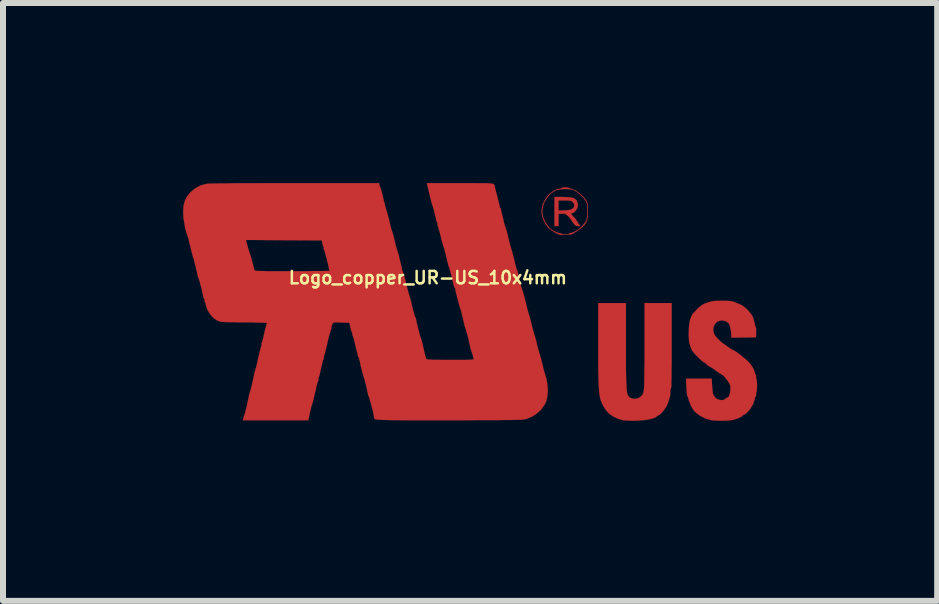
<source format=kicad_pcb>
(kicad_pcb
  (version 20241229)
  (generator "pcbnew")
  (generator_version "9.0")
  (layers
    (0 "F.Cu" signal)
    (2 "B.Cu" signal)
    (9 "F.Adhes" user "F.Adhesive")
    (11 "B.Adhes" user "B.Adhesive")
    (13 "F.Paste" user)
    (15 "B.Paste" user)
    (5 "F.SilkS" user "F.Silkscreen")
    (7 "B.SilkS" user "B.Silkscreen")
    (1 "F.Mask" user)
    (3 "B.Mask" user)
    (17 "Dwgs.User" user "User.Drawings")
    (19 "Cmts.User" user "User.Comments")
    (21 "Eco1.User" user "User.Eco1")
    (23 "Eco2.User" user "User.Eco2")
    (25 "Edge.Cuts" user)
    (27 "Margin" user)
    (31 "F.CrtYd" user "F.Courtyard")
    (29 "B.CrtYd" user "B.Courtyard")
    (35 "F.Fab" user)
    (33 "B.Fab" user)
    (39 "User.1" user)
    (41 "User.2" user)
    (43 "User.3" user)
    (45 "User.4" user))
  (footprint "Logo_copper_UR-US_10x4mm"
    (layer "F.Cu")
    (at 4.779 1.977)
    (property "Reference" "Logo_copper_UR-US_10x4mm" (at -0.7 -0.4 0) (layer "F.SilkS") (effects (font (size 0.206 0.206) (thickness 0.041))))
    (attr exclude_from_pos_files exclude_from_bom)
    (fp_poly (pts (xy 1.836 -1.27) (xy 1.829 -1.26) (xy 1.806 -1.26) (xy 1.778 -1.262) (xy 1.753 -1.275) (xy 1.748 -1.28) (xy 1.727 -1.306) (xy 1.709 -1.333) (xy 1.692 -1.361) (xy 1.664 -1.397) (xy 1.646 -1.417) (xy 1.615 -1.445) (xy 1.593 -1.46) (xy 1.567 -1.466) (xy 1.539 -1.466) (xy 1.478 -1.466) (xy 1.478 -1.364) (xy 1.478 -1.26) (xy 1.443 -1.26) (xy 1.41 -1.26) (xy 1.41 -1.501) (xy 1.41 -1.745) (xy 1.549 -1.745) (xy 1.626 -1.742) (xy 1.684 -1.737) (xy 1.727 -1.727) (xy 1.758 -1.709) (xy 1.778 -1.687) (xy 1.783 -1.676) (xy 1.801 -1.621) (xy 1.796 -1.57) (xy 1.768 -1.521) (xy 1.742 -1.496) (xy 1.742 -1.598) (xy 1.735 -1.631) (xy 1.717 -1.656) (xy 1.702 -1.671) (xy 1.684 -1.679) (xy 1.661 -1.684) (xy 1.626 -1.687) (xy 1.582 -1.687) (xy 1.478 -1.687) (xy 1.478 -1.603) (xy 1.478 -1.519) (xy 1.57 -1.521) (xy 1.618 -1.524) (xy 1.659 -1.529) (xy 1.687 -1.537) (xy 1.689 -1.537) (xy 1.727 -1.565) (xy 1.742 -1.598) (xy 1.742 -1.496) (xy 1.74 -1.494) (xy 1.712 -1.476) (xy 1.704 -1.473) (xy 1.692 -1.471) (xy 1.689 -1.463) (xy 1.697 -1.448) (xy 1.722 -1.422) (xy 1.727 -1.417) (xy 1.758 -1.382) (xy 1.783 -1.344) (xy 1.796 -1.326) (xy 1.808 -1.298) (xy 1.824 -1.283) (xy 1.826 -1.283) (xy 1.836 -1.273) (xy 1.836 -1.27)) (stroke (width 0.003) (type solid)) (fill yes) (layer "F.Cu"))
    (fp_poly (pts (xy 3.363 0.732) (xy 3.363 0.897) (xy 3.363 1.039) (xy 3.36 1.158) (xy 3.36 1.257) (xy 3.358 1.333) (xy 3.358 1.392) (xy 3.355 1.43) (xy 3.35 1.448) (xy 3.35 1.45) (xy 3.343 1.466) (xy 3.34 1.494) (xy 3.34 1.506) (xy 3.34 1.539) (xy 3.338 1.567) (xy 3.338 1.572) (xy 3.33 1.59) (xy 3.32 1.626) (xy 3.31 1.664) (xy 3.277 1.745) (xy 3.223 1.821) (xy 3.18 1.867) (xy 3.157 1.885) (xy 3.139 1.895) (xy 3.124 1.902) (xy 3.114 1.913) (xy 3.099 1.925) (xy 3.066 1.938) (xy 3.023 1.953) (xy 3.015 1.953) (xy 2.957 1.966) (xy 2.883 1.976) (xy 2.799 1.981) (xy 2.713 1.984) (xy 2.634 1.981) (xy 2.568 1.976) (xy 2.56 1.976) (xy 2.494 1.958) (xy 2.428 1.933) (xy 2.365 1.897) (xy 2.316 1.862) (xy 2.273 1.814) (xy 2.23 1.75) (xy 2.197 1.684) (xy 2.177 1.631) (xy 2.169 1.595) (xy 2.162 1.554) (xy 2.156 1.506) (xy 2.151 1.448) (xy 2.146 1.379) (xy 2.144 1.298) (xy 2.141 1.204) (xy 2.139 1.092) (xy 2.139 0.963) (xy 2.139 0.813) (xy 2.139 0.665) (xy 2.139 0.023) (xy 2.37 0.023) (xy 2.601 0.023) (xy 2.601 0.701) (xy 2.601 0.864) (xy 2.601 1.006) (xy 2.601 1.128) (xy 2.603 1.232) (xy 2.606 1.318) (xy 2.609 1.387) (xy 2.611 1.445) (xy 2.616 1.488) (xy 2.621 1.524) (xy 2.626 1.547) (xy 2.634 1.565) (xy 2.637 1.567) (xy 2.667 1.6) (xy 2.713 1.615) (xy 2.761 1.618) (xy 2.812 1.605) (xy 2.852 1.577) (xy 2.855 1.575) (xy 2.875 1.552) (xy 2.888 1.524) (xy 2.898 1.483) (xy 2.901 1.46) (xy 2.903 1.435) (xy 2.906 1.387) (xy 2.906 1.321) (xy 2.908 1.24) (xy 2.908 1.146) (xy 2.911 1.039) (xy 2.911 0.922) (xy 2.911 0.8) (xy 2.911 0.701) (xy 2.911 0.023) (xy 3.137 0.023) (xy 3.363 0.023) (xy 3.363 0.732)) (stroke (width 0.003) (type solid)) (fill yes) (layer "F.Cu"))
    (fp_poly (pts (xy 1.968 -1.511) (xy 1.966 -1.435) (xy 1.958 -1.372) (xy 1.958 -1.499) (xy 1.958 -1.506) (xy 1.956 -1.565) (xy 1.956 -1.605) (xy 1.951 -1.633) (xy 1.943 -1.656) (xy 1.93 -1.681) (xy 1.925 -1.687) (xy 1.892 -1.732) (xy 1.844 -1.781) (xy 1.791 -1.824) (xy 1.74 -1.854) (xy 1.732 -1.859) (xy 1.687 -1.872) (xy 1.626 -1.877) (xy 1.56 -1.877) (xy 1.494 -1.869) (xy 1.44 -1.857) (xy 1.427 -1.852) (xy 1.354 -1.806) (xy 1.293 -1.742) (xy 1.245 -1.664) (xy 1.214 -1.575) (xy 1.206 -1.496) (xy 1.219 -1.415) (xy 1.252 -1.333) (xy 1.303 -1.26) (xy 1.321 -1.237) (xy 1.356 -1.206) (xy 1.402 -1.176) (xy 1.448 -1.156) (xy 1.486 -1.143) (xy 1.494 -1.143) (xy 1.519 -1.138) (xy 1.532 -1.13) (xy 1.544 -1.125) (xy 1.575 -1.12) (xy 1.587 -1.12) (xy 1.621 -1.123) (xy 1.643 -1.128) (xy 1.646 -1.13) (xy 1.661 -1.14) (xy 1.679 -1.143) (xy 1.717 -1.153) (xy 1.763 -1.176) (xy 1.814 -1.209) (xy 1.862 -1.25) (xy 1.902 -1.295) (xy 1.925 -1.328) (xy 1.941 -1.354) (xy 1.948 -1.377) (xy 1.953 -1.405) (xy 1.956 -1.445) (xy 1.958 -1.499) (xy 1.958 -1.372) (xy 1.938 -1.321) (xy 1.908 -1.275) (xy 1.862 -1.232) (xy 1.798 -1.186) (xy 1.783 -1.173) (xy 1.74 -1.148) (xy 1.709 -1.13) (xy 1.679 -1.12) (xy 1.641 -1.118) (xy 1.615 -1.115) (xy 1.57 -1.113) (xy 1.529 -1.113) (xy 1.504 -1.115) (xy 1.501 -1.115) (xy 1.463 -1.13) (xy 1.412 -1.156) (xy 1.361 -1.189) (xy 1.318 -1.224) (xy 1.3 -1.24) (xy 1.26 -1.298) (xy 1.224 -1.367) (xy 1.201 -1.443) (xy 1.196 -1.468) (xy 1.196 -1.542) (xy 1.214 -1.621) (xy 1.25 -1.697) (xy 1.298 -1.765) (xy 1.318 -1.788) (xy 1.364 -1.824) (xy 1.412 -1.854) (xy 1.46 -1.875) (xy 1.499 -1.882) (xy 1.521 -1.887) (xy 1.532 -1.895) (xy 1.547 -1.902) (xy 1.577 -1.905) (xy 1.61 -1.905) (xy 1.641 -1.9) (xy 1.648 -1.895) (xy 1.674 -1.887) (xy 1.707 -1.875) (xy 1.714 -1.872) (xy 1.755 -1.857) (xy 1.801 -1.826) (xy 1.849 -1.788) (xy 1.895 -1.745) (xy 1.93 -1.704) (xy 1.943 -1.681) (xy 1.956 -1.656) (xy 1.963 -1.628) (xy 1.966 -1.59) (xy 1.968 -1.539) (xy 1.968 -1.511)) (stroke (width 0.003) (type solid)) (fill yes) (layer "F.Cu"))
    (fp_poly (pts (xy 4.785 1.417) (xy 4.783 1.458) (xy 4.78 1.491) (xy 4.775 1.506) (xy 4.77 1.521) (xy 4.77 1.539) (xy 4.77 1.565) (xy 4.763 1.577) (xy 4.752 1.593) (xy 4.75 1.605) (xy 4.747 1.628) (xy 4.735 1.661) (xy 4.724 1.694) (xy 4.707 1.73) (xy 4.681 1.77) (xy 4.651 1.811) (xy 4.618 1.847) (xy 4.592 1.872) (xy 4.572 1.882) (xy 4.569 1.882) (xy 4.552 1.892) (xy 4.544 1.9) (xy 4.531 1.913) (xy 4.501 1.928) (xy 4.46 1.946) (xy 4.455 1.948) (xy 4.415 1.961) (xy 4.379 1.971) (xy 4.336 1.976) (xy 4.282 1.981) (xy 4.229 1.981) (xy 4.168 1.984) (xy 4.112 1.981) (xy 4.064 1.979) (xy 4.034 1.976) (xy 3.929 1.948) (xy 3.838 1.902) (xy 3.762 1.844) (xy 3.729 1.808) (xy 3.706 1.773) (xy 3.683 1.73) (xy 3.663 1.681) (xy 3.647 1.638) (xy 3.64 1.608) (xy 3.635 1.587) (xy 3.627 1.58) (xy 3.622 1.567) (xy 3.617 1.534) (xy 3.612 1.481) (xy 3.609 1.43) (xy 3.602 1.283) (xy 3.815 1.283) (xy 4.031 1.283) (xy 4.036 1.402) (xy 4.041 1.455) (xy 4.046 1.501) (xy 4.051 1.537) (xy 4.056 1.549) (xy 4.077 1.58) (xy 4.097 1.605) (xy 4.117 1.621) (xy 4.128 1.623) (xy 4.14 1.626) (xy 4.143 1.628) (xy 4.158 1.636) (xy 4.183 1.641) (xy 4.211 1.638) (xy 4.234 1.636) (xy 4.242 1.628) (xy 4.252 1.618) (xy 4.27 1.61) (xy 4.298 1.595) (xy 4.318 1.575) (xy 4.331 1.537) (xy 4.341 1.488) (xy 4.343 1.438) (xy 4.338 1.392) (xy 4.336 1.387) (xy 4.323 1.361) (xy 4.303 1.328) (xy 4.277 1.293) (xy 4.252 1.26) (xy 4.229 1.237) (xy 4.216 1.224) (xy 4.204 1.219) (xy 4.176 1.201) (xy 4.14 1.176) (xy 4.117 1.161) (xy 4.074 1.13) (xy 4.031 1.102) (xy 4 1.082) (xy 3.99 1.077) (xy 3.96 1.059) (xy 3.942 1.039) (xy 3.94 1.039) (xy 3.924 1.021) (xy 3.912 1.016) (xy 3.896 1.008) (xy 3.868 0.988) (xy 3.833 0.955) (xy 3.797 0.919) (xy 3.754 0.876) (xy 3.724 0.841) (xy 3.703 0.813) (xy 3.688 0.78) (xy 3.675 0.744) (xy 3.663 0.704) (xy 3.653 0.663) (xy 3.65 0.617) (xy 3.647 0.559) (xy 3.647 0.526) (xy 3.65 0.434) (xy 3.658 0.361) (xy 3.67 0.3) (xy 3.693 0.241) (xy 3.698 0.229) (xy 3.719 0.198) (xy 3.754 0.16) (xy 3.792 0.119) (xy 3.835 0.081) (xy 3.873 0.053) (xy 3.901 0.038) (xy 3.934 0.025) (xy 3.957 0.015) (xy 3.983 0.008) (xy 3.993 0.005) (xy 4.013 0) (xy 4.028 -0.005) (xy 4.049 -0.01) (xy 4.089 -0.013) (xy 4.14 -0.015) (xy 4.196 -0.015) (xy 4.255 -0.015) (xy 4.305 -0.013) (xy 4.348 -0.01) (xy 4.371 -0.005) (xy 4.374 -0.005) (xy 4.394 0) (xy 4.404 0.005) (xy 4.425 0.013) (xy 4.46 0.028) (xy 4.498 0.043) (xy 4.521 0.053) (xy 4.554 0.074) (xy 4.595 0.107) (xy 4.638 0.147) (xy 4.674 0.191) (xy 4.702 0.229) (xy 4.707 0.236) (xy 4.719 0.267) (xy 4.732 0.31) (xy 4.74 0.345) (xy 4.75 0.386) (xy 4.757 0.414) (xy 4.765 0.427) (xy 4.77 0.442) (xy 4.77 0.472) (xy 4.77 0.513) (xy 4.768 0.594) (xy 4.562 0.597) (xy 4.356 0.599) (xy 4.356 0.538) (xy 4.351 0.49) (xy 4.341 0.439) (xy 4.336 0.417) (xy 4.321 0.376) (xy 4.303 0.351) (xy 4.277 0.333) (xy 4.219 0.312) (xy 4.168 0.315) (xy 4.12 0.335) (xy 4.084 0.373) (xy 4.061 0.422) (xy 4.056 0.47) (xy 4.061 0.511) (xy 4.079 0.554) (xy 4.112 0.597) (xy 4.158 0.645) (xy 4.224 0.699) (xy 4.3 0.754) (xy 4.338 0.78) (xy 4.369 0.798) (xy 4.387 0.808) (xy 4.389 0.808) (xy 4.404 0.815) (xy 4.435 0.833) (xy 4.473 0.861) (xy 4.516 0.894) (xy 4.559 0.93) (xy 4.6 0.963) (xy 4.633 0.993) (xy 4.638 0.998) (xy 4.676 1.041) (xy 4.707 1.085) (xy 4.729 1.125) (xy 4.74 1.156) (xy 4.74 1.158) (xy 4.745 1.176) (xy 4.755 1.206) (xy 4.757 1.206) (xy 4.768 1.237) (xy 4.77 1.26) (xy 4.77 1.262) (xy 4.77 1.283) (xy 4.775 1.288) (xy 4.78 1.303) (xy 4.783 1.333) (xy 4.785 1.374) (xy 4.785 1.417)) (stroke (width 0.003) (type solid)) (fill yes) (layer "F.Cu"))
    (fp_poly (pts (xy 1.3 1.466) (xy 1.293 1.567) (xy 1.273 1.661) (xy 1.247 1.714) (xy 1.189 1.796) (xy 1.115 1.864) (xy 1.031 1.918) (xy 0.94 1.953) (xy 0.894 1.963) (xy 0.871 1.966) (xy 0.826 1.968) (xy 0.759 1.968) (xy 0.676 1.971) (xy 0.572 1.971) (xy 0.45 1.974) (xy 0.312 1.974) (xy 0.157 1.974) (xy -0.008 1.976) (xy -0.188 1.976) (xy -0.366 1.976) (xy -0.561 1.976) (xy -0.734 1.976) (xy -0.886 1.976) (xy -1.021 1.976) (xy -1.135 1.976) (xy -1.234 1.974) (xy -1.318 1.974) (xy -1.389 1.971) (xy -1.445 1.971) (xy -1.491 1.968) (xy -1.524 1.966) (xy -1.552 1.963) (xy -1.57 1.958) (xy -1.582 1.956) (xy -1.59 1.951) (xy -1.593 1.946) (xy -1.595 1.938) (xy -1.595 1.93) (xy -1.598 1.91) (xy -1.605 1.872) (xy -1.615 1.824) (xy -1.631 1.768) (xy -1.643 1.712) (xy -1.659 1.661) (xy -1.671 1.618) (xy -1.679 1.59) (xy -1.681 1.587) (xy -1.694 1.56) (xy -1.699 1.539) (xy -1.699 1.537) (xy -1.702 1.519) (xy -1.709 1.483) (xy -1.72 1.435) (xy -1.732 1.384) (xy -1.745 1.336) (xy -1.755 1.293) (xy -1.765 1.262) (xy -1.768 1.252) (xy -1.775 1.229) (xy -1.788 1.186) (xy -1.803 1.128) (xy -1.821 1.057) (xy -1.836 0.98) (xy -1.839 0.978) (xy -1.847 0.942) (xy -1.857 0.919) (xy -1.862 0.912) (xy -1.869 0.902) (xy -1.869 0.892) (xy -1.872 0.864) (xy -1.875 0.853) (xy -1.88 0.836) (xy -1.89 0.803) (xy -1.902 0.754) (xy -1.913 0.704) (xy -1.925 0.65) (xy -1.938 0.605) (xy -1.948 0.572) (xy -1.956 0.556) (xy -1.961 0.538) (xy -1.958 0.533) (xy -1.958 0.518) (xy -1.961 0.518) (xy -1.968 0.505) (xy -1.979 0.475) (xy -1.989 0.437) (xy -1.989 0.432) (xy -2.007 0.351) (xy -2.146 0.348) (xy -2.205 0.345) (xy -2.245 0.345) (xy -2.271 0.351) (xy -2.289 0.363) (xy -2.296 0.384) (xy -2.306 0.419) (xy -2.311 0.455) (xy -2.322 0.493) (xy -2.329 0.521) (xy -2.332 0.526) (xy -2.332 -0.516) (xy -2.344 -0.531) (xy -2.347 -0.538) (xy -2.349 -0.559) (xy -2.357 -0.594) (xy -2.367 -0.643) (xy -2.38 -0.696) (xy -2.393 -0.749) (xy -2.408 -0.798) (xy -2.418 -0.836) (xy -2.426 -0.859) (xy -2.428 -0.861) (xy -2.436 -0.884) (xy -2.433 -0.894) (xy -2.433 -0.909) (xy -2.436 -0.912) (xy -2.443 -0.922) (xy -2.451 -0.947) (xy -2.456 -0.968) (xy -2.466 -1.021) (xy -3.099 -1.024) (xy -3.731 -1.029) (xy -3.701 -0.914) (xy -3.688 -0.866) (xy -3.675 -0.828) (xy -3.668 -0.803) (xy -3.665 -0.798) (xy -3.658 -0.782) (xy -3.65 -0.754) (xy -3.642 -0.726) (xy -3.63 -0.676) (xy -3.614 -0.622) (xy -3.609 -0.599) (xy -3.599 -0.561) (xy -3.592 -0.533) (xy -3.586 -0.521) (xy -3.581 -0.518) (xy -3.566 -0.516) (xy -3.538 -0.513) (xy -3.5 -0.511) (xy -3.444 -0.511) (xy -3.373 -0.508) (xy -3.284 -0.508) (xy -3.178 -0.508) (xy -3.048 -0.508) (xy -2.949 -0.508) (xy -2.832 -0.508) (xy -2.723 -0.508) (xy -2.621 -0.511) (xy -2.532 -0.511) (xy -2.456 -0.511) (xy -2.398 -0.513) (xy -2.355 -0.513) (xy -2.334 -0.516) (xy -2.332 -0.516) (xy -2.332 0.526) (xy -2.334 0.531) (xy -2.339 0.544) (xy -2.347 0.574) (xy -2.36 0.62) (xy -2.372 0.678) (xy -2.38 0.716) (xy -2.395 0.777) (xy -2.408 0.831) (xy -2.418 0.871) (xy -2.428 0.897) (xy -2.431 0.902) (xy -2.436 0.917) (xy -2.436 0.927) (xy -2.433 0.947) (xy -2.438 0.955) (xy -2.443 0.968) (xy -2.454 1.001) (xy -2.464 1.046) (xy -2.477 1.102) (xy -2.479 1.107) (xy -2.492 1.163) (xy -2.502 1.212) (xy -2.512 1.245) (xy -2.52 1.262) (xy -2.525 1.283) (xy -2.522 1.29) (xy -2.525 1.311) (xy -2.527 1.321) (xy -2.535 1.336) (xy -2.545 1.369) (xy -2.558 1.417) (xy -2.57 1.476) (xy -2.576 1.501) (xy -2.591 1.562) (xy -2.603 1.618) (xy -2.614 1.661) (xy -2.621 1.687) (xy -2.624 1.692) (xy -2.631 1.714) (xy -2.642 1.75) (xy -2.652 1.798) (xy -2.657 1.819) (xy -2.67 1.869) (xy -2.677 1.913) (xy -2.685 1.943) (xy -2.687 1.951) (xy -2.692 1.976) (xy -3.236 1.976) (xy -3.782 1.976) (xy -3.772 1.938) (xy -3.764 1.908) (xy -3.757 1.89) (xy -3.752 1.875) (xy -3.741 1.841) (xy -3.731 1.793) (xy -3.716 1.735) (xy -3.703 1.671) (xy -3.688 1.605) (xy -3.68 1.56) (xy -3.673 1.529) (xy -3.665 1.509) (xy -3.665 1.506) (xy -3.658 1.494) (xy -3.65 1.458) (xy -3.637 1.412) (xy -3.625 1.354) (xy -3.617 1.323) (xy -3.604 1.26) (xy -3.592 1.204) (xy -3.581 1.161) (xy -3.574 1.133) (xy -3.571 1.125) (xy -3.564 1.107) (xy -3.556 1.069) (xy -3.543 1.019) (xy -3.531 0.96) (xy -3.526 0.935) (xy -3.51 0.874) (xy -3.498 0.818) (xy -3.487 0.775) (xy -3.477 0.747) (xy -3.475 0.742) (xy -3.47 0.719) (xy -3.47 0.709) (xy -3.472 0.693) (xy -3.467 0.688) (xy -3.462 0.673) (xy -3.452 0.638) (xy -3.439 0.592) (xy -3.429 0.536) (xy -3.426 0.531) (xy -3.414 0.475) (xy -3.401 0.427) (xy -3.391 0.391) (xy -3.386 0.373) (xy -3.381 0.358) (xy -3.383 0.353) (xy -3.396 0.351) (xy -3.429 0.351) (xy -3.48 0.348) (xy -3.543 0.348) (xy -3.622 0.345) (xy -3.706 0.345) (xy -3.739 0.345) (xy -3.83 0.345) (xy -3.917 0.343) (xy -3.995 0.343) (xy -4.061 0.34) (xy -4.112 0.338) (xy -4.143 0.335) (xy -4.148 0.335) (xy -4.211 0.312) (xy -4.27 0.272) (xy -4.323 0.216) (xy -4.364 0.152) (xy -4.392 0.084) (xy -4.397 0.058) (xy -4.404 0.028) (xy -4.412 0.008) (xy -4.415 0.005) (xy -4.42 -0.008) (xy -4.417 -0.023) (xy -4.417 -0.041) (xy -4.425 -0.046) (xy -4.432 -0.056) (xy -4.442 -0.079) (xy -4.442 -0.081) (xy -4.45 -0.13) (xy -4.463 -0.183) (xy -4.475 -0.239) (xy -4.491 -0.29) (xy -4.501 -0.335) (xy -4.511 -0.368) (xy -4.519 -0.384) (xy -4.526 -0.404) (xy -4.536 -0.434) (xy -4.536 -0.437) (xy -4.547 -0.493) (xy -4.562 -0.551) (xy -4.575 -0.612) (xy -4.59 -0.665) (xy -4.6 -0.709) (xy -4.61 -0.737) (xy -4.613 -0.744) (xy -4.618 -0.765) (xy -4.628 -0.8) (xy -4.641 -0.851) (xy -4.656 -0.909) (xy -4.658 -0.925) (xy -4.674 -0.983) (xy -4.686 -1.039) (xy -4.699 -1.082) (xy -4.709 -1.11) (xy -4.709 -1.115) (xy -4.727 -1.166) (xy -4.745 -1.232) (xy -4.757 -1.308) (xy -4.77 -1.387) (xy -4.775 -1.458) (xy -4.778 -1.501) (xy -4.77 -1.598) (xy -4.75 -1.676) (xy -4.714 -1.75) (xy -4.658 -1.819) (xy -4.648 -1.829) (xy -4.572 -1.892) (xy -4.486 -1.938) (xy -4.389 -1.963) (xy -4.387 -1.963) (xy -4.364 -1.966) (xy -4.321 -1.968) (xy -4.252 -1.968) (xy -4.166 -1.971) (xy -4.056 -1.971) (xy -3.929 -1.974) (xy -3.782 -1.974) (xy -3.619 -1.974) (xy -3.439 -1.976) (xy -3.241 -1.976) (xy -3.028 -1.976) (xy -2.916 -1.976) (xy -1.514 -1.976) (xy -1.506 -1.943) (xy -1.499 -1.915) (xy -1.491 -1.9) (xy -1.483 -1.88) (xy -1.483 -1.877) (xy -1.478 -1.857) (xy -1.476 -1.849) (xy -1.471 -1.831) (xy -1.46 -1.796) (xy -1.45 -1.748) (xy -1.435 -1.692) (xy -1.433 -1.681) (xy -1.417 -1.623) (xy -1.405 -1.572) (xy -1.394 -1.532) (xy -1.387 -1.509) (xy -1.387 -1.506) (xy -1.379 -1.488) (xy -1.369 -1.45) (xy -1.356 -1.402) (xy -1.341 -1.344) (xy -1.339 -1.333) (xy -1.326 -1.275) (xy -1.313 -1.224) (xy -1.3 -1.186) (xy -1.293 -1.163) (xy -1.293 -1.161) (xy -1.285 -1.14) (xy -1.275 -1.105) (xy -1.262 -1.054) (xy -1.25 -0.998) (xy -1.247 -0.993) (xy -1.234 -0.937) (xy -1.219 -0.886) (xy -1.209 -0.848) (xy -1.201 -0.826) (xy -1.194 -0.805) (xy -1.184 -0.77) (xy -1.173 -0.721) (xy -1.161 -0.671) (xy -1.148 -0.622) (xy -1.138 -0.579) (xy -1.133 -0.551) (xy -1.133 -0.541) (xy -1.128 -0.523) (xy -1.115 -0.495) (xy -1.115 -0.493) (xy -1.105 -0.467) (xy -1.095 -0.424) (xy -1.079 -0.371) (xy -1.064 -0.312) (xy -1.062 -0.305) (xy -1.049 -0.249) (xy -1.036 -0.198) (xy -1.026 -0.16) (xy -1.021 -0.14) (xy -1.019 -0.137) (xy -1.011 -0.114) (xy -1.011 -0.109) (xy -1.003 -0.089) (xy -1.001 -0.079) (xy -0.996 -0.061) (xy -0.986 -0.028) (xy -0.975 0.018) (xy -0.965 0.064) (xy -0.953 0.114) (xy -0.94 0.16) (xy -0.932 0.193) (xy -0.927 0.206) (xy -0.922 0.231) (xy -0.922 0.239) (xy -0.917 0.251) (xy -0.912 0.254) (xy -0.902 0.262) (xy -0.902 0.272) (xy -0.897 0.29) (xy -0.892 0.325) (xy -0.879 0.373) (xy -0.869 0.427) (xy -0.853 0.478) (xy -0.841 0.528) (xy -0.831 0.566) (xy -0.823 0.589) (xy -0.82 0.594) (xy -0.815 0.61) (xy -0.805 0.643) (xy -0.792 0.688) (xy -0.78 0.747) (xy -0.772 0.775) (xy -0.759 0.833) (xy -0.747 0.886) (xy -0.734 0.927) (xy -0.726 0.95) (xy -0.724 0.955) (xy -0.716 0.96) (xy -0.696 0.963) (xy -0.66 0.965) (xy -0.612 0.968) (xy -0.546 0.968) (xy -0.462 0.97) (xy -0.356 0.97) (xy -0.32 0.97) (xy -0.216 0.97) (xy -0.13 0.97) (xy -0.064 0.97) (xy -0.015 0.968) (xy 0.018 0.965) (xy 0.043 0.965) (xy 0.056 0.96) (xy 0.064 0.958) (xy 0.064 0.953) (xy 0.064 0.95) (xy 0.056 0.925) (xy 0.051 0.894) (xy 0.041 0.866) (xy 0.033 0.848) (xy 0.028 0.833) (xy 0.018 0.8) (xy 0.005 0.754) (xy -0.005 0.699) (xy -0.01 0.681) (xy -0.023 0.622) (xy -0.036 0.572) (xy -0.046 0.533) (xy -0.053 0.511) (xy -0.053 0.508) (xy -0.061 0.485) (xy -0.061 0.478) (xy -0.069 0.46) (xy -0.076 0.434) (xy -0.086 0.409) (xy -0.091 0.391) (xy -0.094 0.373) (xy -0.102 0.338) (xy -0.112 0.292) (xy -0.124 0.241) (xy -0.137 0.191) (xy -0.147 0.147) (xy -0.157 0.119) (xy -0.16 0.109) (xy -0.168 0.089) (xy -0.178 0.051) (xy -0.191 0.003) (xy -0.206 -0.048) (xy -0.218 -0.102) (xy -0.231 -0.15) (xy -0.239 -0.188) (xy -0.241 -0.211) (xy -0.241 -0.213) (xy -0.246 -0.229) (xy -0.251 -0.229) (xy -0.257 -0.241) (xy -0.267 -0.267) (xy -0.274 -0.297) (xy -0.297 -0.391) (xy -0.315 -0.467) (xy -0.33 -0.523) (xy -0.34 -0.561) (xy -0.345 -0.572) (xy -0.353 -0.589) (xy -0.363 -0.627) (xy -0.376 -0.678) (xy -0.389 -0.734) (xy -0.391 -0.744) (xy -0.406 -0.803) (xy -0.419 -0.853) (xy -0.429 -0.894) (xy -0.437 -0.917) (xy -0.439 -0.917) (xy -0.445 -0.937) (xy -0.455 -0.975) (xy -0.47 -1.024) (xy -0.483 -1.082) (xy -0.485 -1.09) (xy -0.5 -1.148) (xy -0.513 -1.196) (xy -0.523 -1.234) (xy -0.531 -1.255) (xy -0.533 -1.255) (xy -0.541 -1.278) (xy -0.538 -1.285) (xy -0.538 -1.306) (xy -0.541 -1.313) (xy -0.549 -1.326) (xy -0.559 -1.359) (xy -0.569 -1.405) (xy -0.582 -1.455) (xy -0.594 -1.509) (xy -0.607 -1.554) (xy -0.617 -1.585) (xy -0.62 -1.6) (xy -0.63 -1.621) (xy -0.63 -1.623) (xy -0.635 -1.643) (xy -0.638 -1.651) (xy -0.643 -1.669) (xy -0.65 -1.702) (xy -0.663 -1.75) (xy -0.676 -1.803) (xy -0.688 -1.859) (xy -0.701 -1.913) (xy -0.711 -1.951) (xy -0.716 -1.976) (xy -0.165 -1.976) (xy -0.036 -1.976) (xy 0.069 -1.976) (xy 0.157 -1.974) (xy 0.229 -1.974) (xy 0.284 -1.974) (xy 0.328 -1.971) (xy 0.358 -1.968) (xy 0.378 -1.966) (xy 0.391 -1.963) (xy 0.399 -1.958) (xy 0.411 -1.938) (xy 0.414 -1.928) (xy 0.417 -1.902) (xy 0.419 -1.895) (xy 0.424 -1.877) (xy 0.434 -1.841) (xy 0.445 -1.796) (xy 0.457 -1.75) (xy 0.47 -1.699) (xy 0.48 -1.654) (xy 0.49 -1.623) (xy 0.493 -1.61) (xy 0.498 -1.59) (xy 0.498 -1.58) (xy 0.5 -1.562) (xy 0.505 -1.56) (xy 0.518 -1.549) (xy 0.518 -1.542) (xy 0.521 -1.521) (xy 0.528 -1.486) (xy 0.541 -1.438) (xy 0.554 -1.384) (xy 0.566 -1.331) (xy 0.579 -1.28) (xy 0.592 -1.242) (xy 0.599 -1.219) (xy 0.607 -1.199) (xy 0.617 -1.161) (xy 0.63 -1.113) (xy 0.643 -1.054) (xy 0.645 -1.044) (xy 0.66 -0.988) (xy 0.673 -0.937) (xy 0.683 -0.899) (xy 0.691 -0.879) (xy 0.691 -0.876) (xy 0.699 -0.859) (xy 0.706 -0.826) (xy 0.719 -0.775) (xy 0.734 -0.719) (xy 0.739 -0.699) (xy 0.752 -0.64) (xy 0.765 -0.589) (xy 0.775 -0.554) (xy 0.782 -0.533) (xy 0.785 -0.531) (xy 0.79 -0.518) (xy 0.798 -0.488) (xy 0.81 -0.447) (xy 0.823 -0.399) (xy 0.833 -0.351) (xy 0.843 -0.305) (xy 0.851 -0.272) (xy 0.853 -0.254) (xy 0.853 -0.251) (xy 0.859 -0.234) (xy 0.869 -0.206) (xy 0.871 -0.203) (xy 0.879 -0.178) (xy 0.892 -0.137) (xy 0.907 -0.084) (xy 0.922 -0.023) (xy 0.93 0.005) (xy 0.945 0.066) (xy 0.958 0.122) (xy 0.97 0.165) (xy 0.978 0.196) (xy 0.98 0.201) (xy 0.988 0.221) (xy 0.998 0.257) (xy 1.011 0.307) (xy 1.026 0.363) (xy 1.029 0.376) (xy 1.041 0.432) (xy 1.054 0.483) (xy 1.067 0.523) (xy 1.074 0.546) (xy 1.074 0.549) (xy 1.082 0.566) (xy 1.092 0.605) (xy 1.105 0.655) (xy 1.118 0.711) (xy 1.12 0.716) (xy 1.133 0.772) (xy 1.148 0.823) (xy 1.158 0.861) (xy 1.166 0.881) (xy 1.166 0.884) (xy 1.171 0.902) (xy 1.184 0.94) (xy 1.196 0.991) (xy 1.209 1.046) (xy 1.214 1.062) (xy 1.227 1.12) (xy 1.24 1.171) (xy 1.252 1.206) (xy 1.26 1.229) (xy 1.26 1.232) (xy 1.265 1.247) (xy 1.275 1.28) (xy 1.283 1.326) (xy 1.288 1.351) (xy 1.3 1.466)) (stroke (width 0.003) (type solid)) (fill yes) (layer "F.Cu")))
  (gr_rect
    (start -3 -3)
    (end 12.566 6.962)
    (stroke (width 0.1) (type default))
    (fill no)
    (layer "Edge.Cuts")))
</source>
